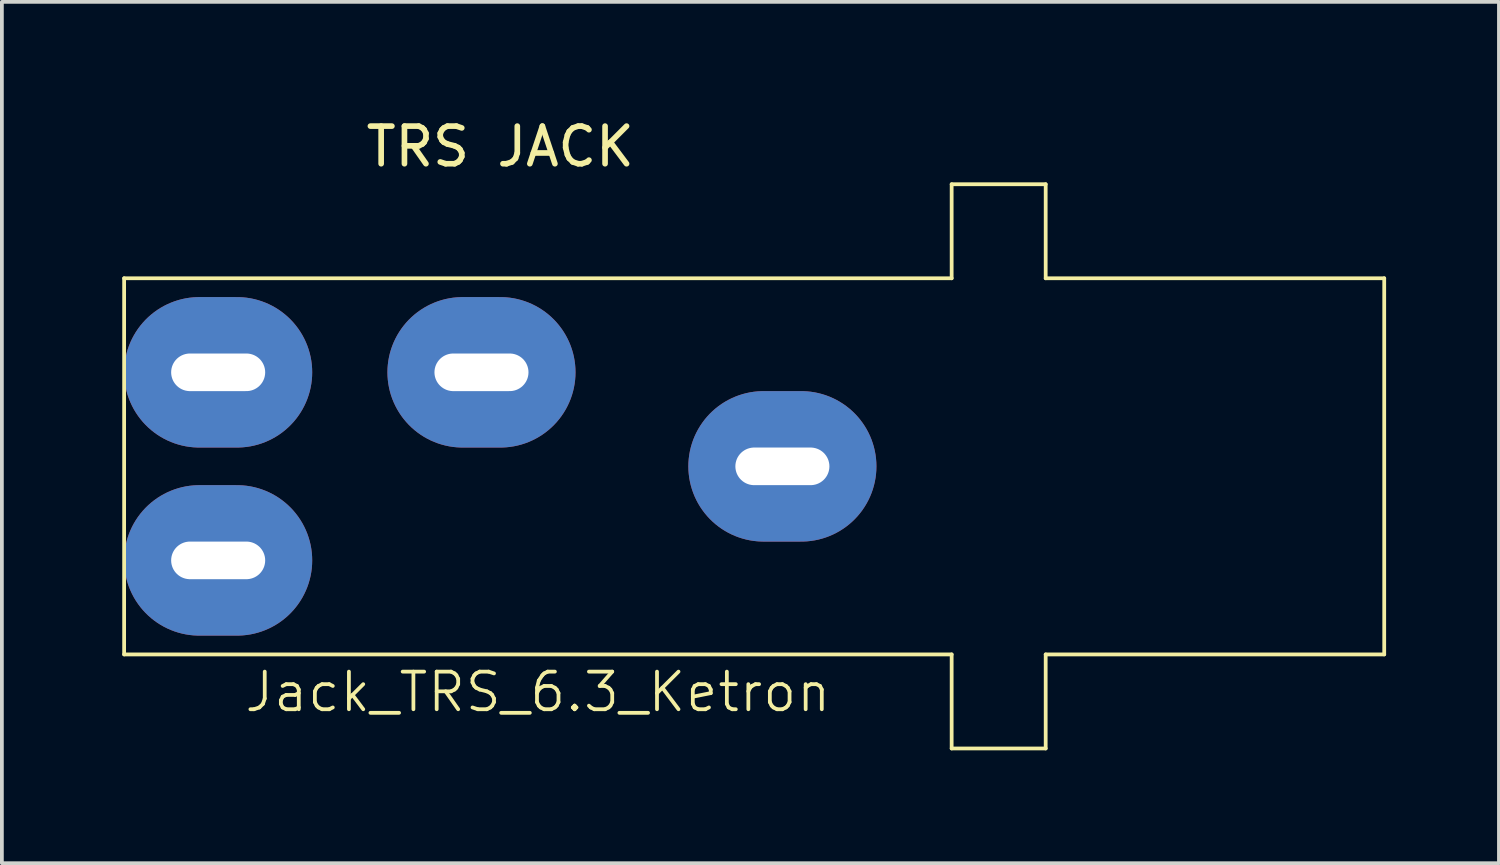
<source format=kicad_pcb>
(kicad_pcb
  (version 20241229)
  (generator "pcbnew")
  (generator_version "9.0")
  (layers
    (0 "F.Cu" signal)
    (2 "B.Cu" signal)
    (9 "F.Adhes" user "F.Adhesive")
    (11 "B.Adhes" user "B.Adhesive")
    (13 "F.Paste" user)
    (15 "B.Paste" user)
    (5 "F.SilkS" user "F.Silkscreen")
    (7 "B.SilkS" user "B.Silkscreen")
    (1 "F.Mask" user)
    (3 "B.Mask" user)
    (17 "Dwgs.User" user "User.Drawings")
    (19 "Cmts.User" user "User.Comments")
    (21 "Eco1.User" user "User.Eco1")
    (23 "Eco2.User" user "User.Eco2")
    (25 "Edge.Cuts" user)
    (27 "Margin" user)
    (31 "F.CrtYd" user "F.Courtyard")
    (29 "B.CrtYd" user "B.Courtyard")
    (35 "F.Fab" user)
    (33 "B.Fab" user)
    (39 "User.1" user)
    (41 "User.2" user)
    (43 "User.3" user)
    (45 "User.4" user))
  (footprint "Jack_TRS_6.3_Ketron"
    (layer "F.Cu")
    (at 0.25 4.348)
    (property "Reference" "Jack_TRS_6.3_Ketron" (at 11 11 0) (unlocked yes) (layer "F.SilkS") (effects (font (size 1 1) (thickness 0.1))))
    (attr smd)
    (fp_line (start 0 0) (end 22 0) (stroke (width 0.1) (type default)) (layer "F.SilkS"))
    (fp_line (start 0 10) (end 0 0) (stroke (width 0.1) (type default)) (layer "F.SilkS"))
    (fp_line (start 22 -2.5) (end 24.5 -2.5) (stroke (width 0.1) (type default)) (layer "F.SilkS"))
    (fp_line (start 22 0) (end 22 -2.5) (stroke (width 0.1) (type default)) (layer "F.SilkS"))
    (fp_line (start 22 10) (end 0 10) (stroke (width 0.1) (type default)) (layer "F.SilkS"))
    (fp_line (start 22 12.5) (end 22 10) (stroke (width 0.1) (type default)) (layer "F.SilkS"))
    (fp_line (start 24.5 -2.5) (end 24.5 0) (stroke (width 0.1) (type default)) (layer "F.SilkS"))
    (fp_line (start 24.5 0) (end 33.5 0) (stroke (width 0.1) (type default)) (layer "F.SilkS"))
    (fp_line (start 24.5 10) (end 24.5 12.5) (stroke (width 0.1) (type default)) (layer "F.SilkS"))
    (fp_line (start 24.5 12.5) (end 22 12.5) (stroke (width 0.1) (type default)) (layer "F.SilkS"))
    (fp_line (start 33.5 0) (end 33.5 10) (stroke (width 0.1) (type default)) (layer "F.SilkS"))
    (fp_line (start 33.5 10) (end 24.5 10) (stroke (width 0.1) (type default)) (layer "F.SilkS"))
    (fp_text user "TRS JACK" (at 10 -3.5 0) (unlocked yes) (layer "F.SilkS") (effects (font (size 1 1) (thickness 0.15))))
    (pad "R" thru_hole oval (at 2.5 7.5) (size 5 4) (drill oval 2.5 1) (layers "*.Cu" "*.Mask"))
    (pad "S" thru_hole oval (at 17.5 5) (size 5 4) (drill oval 2.5 1) (layers "*.Cu" "*.Mask"))
    (pad "T" thru_hole oval (at 2.5 2.5) (size 5 4) (drill oval 2.5 1) (layers "*.Cu" "*.Mask"))
    (pad "T" thru_hole oval (at 9.5 2.5) (size 5 4) (drill oval 2.5 1) (layers "*.Cu" "*.Mask")))
  (gr_rect
    (start -3 -3)
    (end 36.8 19.898)
    (stroke (width 0.1) (type default))
    (fill no)
    (layer "Edge.Cuts")))
</source>
